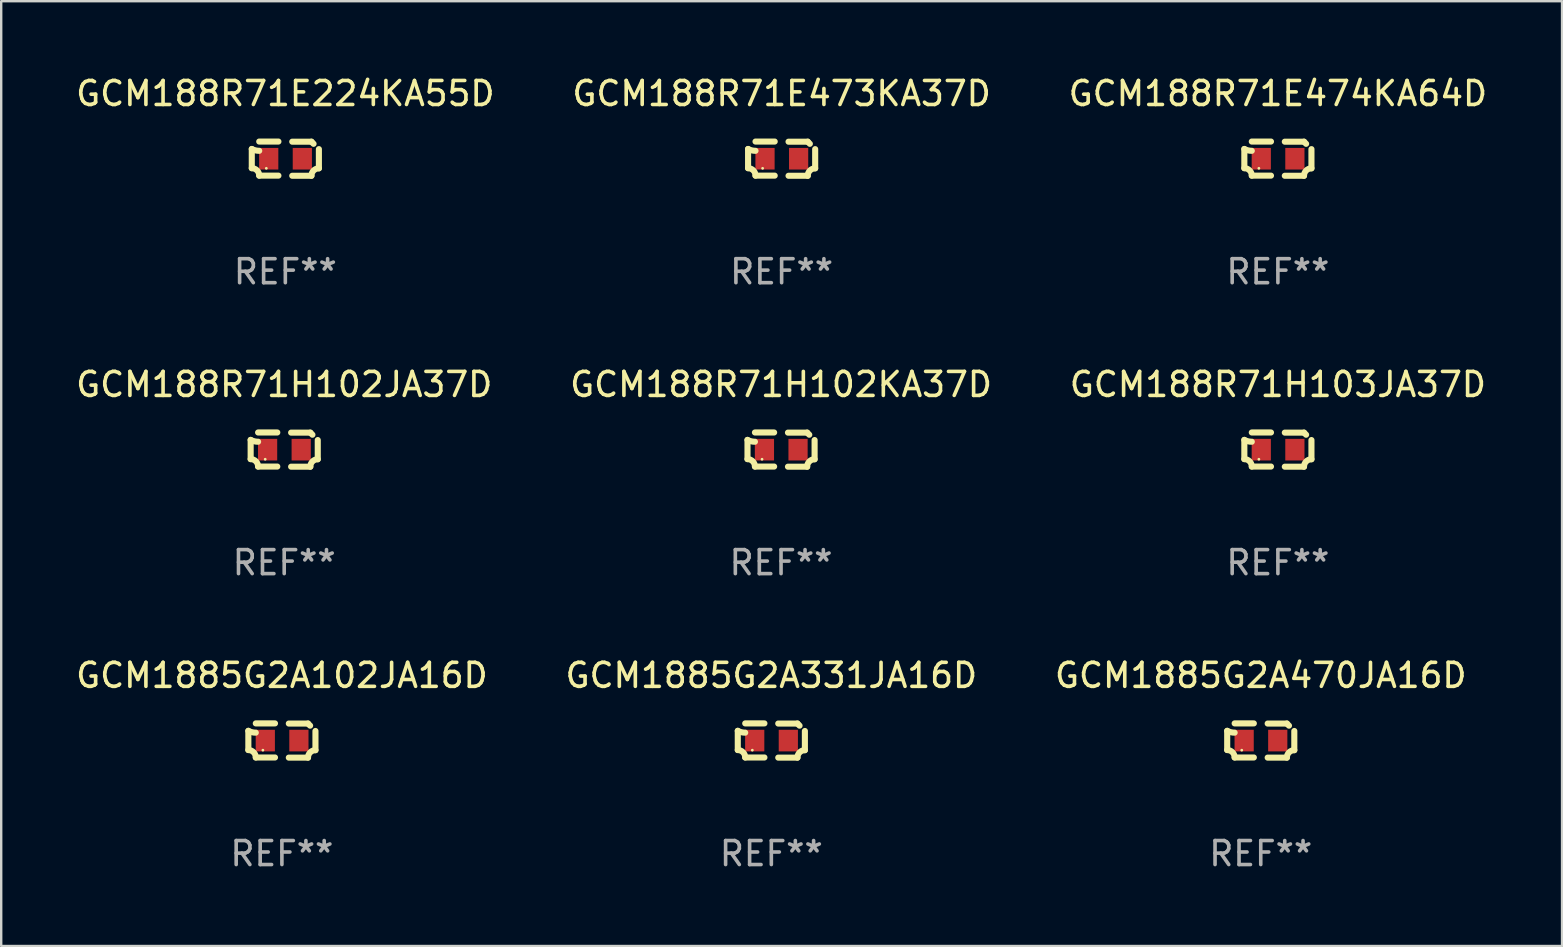
<source format=kicad_pcb>
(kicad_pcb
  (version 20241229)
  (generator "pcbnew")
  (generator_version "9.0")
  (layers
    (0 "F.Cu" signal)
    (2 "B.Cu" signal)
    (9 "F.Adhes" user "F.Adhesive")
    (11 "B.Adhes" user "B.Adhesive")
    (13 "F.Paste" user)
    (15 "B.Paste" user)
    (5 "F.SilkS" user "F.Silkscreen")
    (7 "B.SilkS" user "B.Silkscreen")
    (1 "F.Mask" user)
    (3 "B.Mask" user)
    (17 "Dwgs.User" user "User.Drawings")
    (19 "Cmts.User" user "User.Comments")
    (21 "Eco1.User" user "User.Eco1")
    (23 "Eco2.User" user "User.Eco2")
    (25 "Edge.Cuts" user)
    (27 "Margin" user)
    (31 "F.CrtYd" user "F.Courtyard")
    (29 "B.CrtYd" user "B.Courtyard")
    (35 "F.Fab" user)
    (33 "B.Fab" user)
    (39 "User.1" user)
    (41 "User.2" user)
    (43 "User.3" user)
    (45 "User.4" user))
  (footprint "GCM188R71H103JA37D"
    (layer "F.Cu")
    (at 50.196 15.683)
    (property "Reference" "GCM188R71H103JA37D" (at 0 -2.713 0) (layer "F.SilkS") (effects (font (size 1 1) (thickness 0.15))))
    (attr through_hole)
    (fp_line (start -1.398 -0.403) (end -1.398 0.397) (stroke (width 0.254) (type solid)) (layer "F.SilkS"))
    (fp_line (start -0.288 -0.713) (end -1.088 -0.713) (stroke (width 0.254) (type solid)) (layer "F.SilkS"))
    (fp_line (start -0.288 0.707) (end -1.088 0.707) (stroke (width 0.254) (type solid)) (layer "F.SilkS"))
    (fp_line (start 0.288 -0.707) (end 1.088 -0.707) (stroke (width 0.254) (type solid)) (layer "F.SilkS"))
    (fp_line (start 0.288 0.713) (end 1.088 0.713) (stroke (width 0.254) (type solid)) (layer "F.SilkS"))
    (fp_line (start 1.398 -0.397) (end 1.398 0.403) (stroke (width 0.254) (type solid)) (layer "F.SilkS"))
    (fp_arc (start -1.397789 0.397066) (mid -1.178701 0.487826) (end -1.08796 0.706922) (stroke (width 0.254001) (type solid)) (layer "F.SilkS"))
    (fp_arc (start -1.08796 -0.327176) (mid -1.247436 -0.346384) (end -1.39779 -0.402908) (stroke (width 0.254001) (type solid)) (layer "F.SilkS"))
    (fp_arc (start 1.087909 0.712738) (mid 1.178656 0.493655) (end 1.397739 0.402908) (stroke (width 0.254001) (type solid)) (layer "F.SilkS"))
    (fp_arc (start 1.175925 -0.618926) (mid 1.131917 -0.662923) (end 1.08791 -0.706922) (stroke (width 0.254001) (type solid)) (layer "F.SilkS"))
    (fp_circle (center -0.792 0.403) (end -0.762 0.403) (stroke (width 0.06) (type solid)) (fill no) (layer "F.SilkS"))
    (fp_text user "REF**" (at 0 4.713 0) (layer "F.Fab") (effects (font (size 1 1) (thickness 0.15))))
    (pad "1" smd rect (at -0.692 0.003) (size 0.8 0.9) (layers "F.Cu" "F.Mask" "F.Paste"))
    (pad "2" smd rect (at 0.708 0.003) (size 0.8 0.9) (layers "F.Cu" "F.Mask" "F.Paste")))
  (footprint "GCM1885G2A102JA16D"
    (layer "F.Cu")
    (at 8.696 27.805)
    (property "Reference" "GCM1885G2A102JA16D" (at 0 -2.713 0) (layer "F.SilkS") (effects (font (size 1 1) (thickness 0.15))))
    (attr through_hole)
    (fp_line (start -1.398 -0.403) (end -1.398 0.397) (stroke (width 0.254) (type solid)) (layer "F.SilkS"))
    (fp_line (start -0.288 -0.713) (end -1.088 -0.713) (stroke (width 0.254) (type solid)) (layer "F.SilkS"))
    (fp_line (start -0.288 0.707) (end -1.088 0.707) (stroke (width 0.254) (type solid)) (layer "F.SilkS"))
    (fp_line (start 0.288 -0.707) (end 1.088 -0.707) (stroke (width 0.254) (type solid)) (layer "F.SilkS"))
    (fp_line (start 0.288 0.713) (end 1.088 0.713) (stroke (width 0.254) (type solid)) (layer "F.SilkS"))
    (fp_line (start 1.398 -0.397) (end 1.398 0.403) (stroke (width 0.254) (type solid)) (layer "F.SilkS"))
    (fp_arc (start -1.397789 0.397066) (mid -1.178701 0.487826) (end -1.08796 0.706922) (stroke (width 0.254001) (type solid)) (layer "F.SilkS"))
    (fp_arc (start -1.08796 -0.327176) (mid -1.247436 -0.346384) (end -1.39779 -0.402908) (stroke (width 0.254001) (type solid)) (layer "F.SilkS"))
    (fp_arc (start 1.087909 0.712738) (mid 1.178656 0.493655) (end 1.397739 0.402908) (stroke (width 0.254001) (type solid)) (layer "F.SilkS"))
    (fp_arc (start 1.175925 -0.618926) (mid 1.131917 -0.662923) (end 1.08791 -0.706922) (stroke (width 0.254001) (type solid)) (layer "F.SilkS"))
    (fp_circle (center -0.792 0.403) (end -0.762 0.403) (stroke (width 0.06) (type solid)) (fill no) (layer "F.SilkS"))
    (fp_text user "REF**" (at 0 4.713 0) (layer "F.Fab") (effects (font (size 1 1) (thickness 0.15))))
    (pad "1" smd rect (at -0.692 0.003) (size 0.8 0.9) (layers "F.Cu" "F.Mask" "F.Paste"))
    (pad "2" smd rect (at 0.708 0.003) (size 0.8 0.9) (layers "F.Cu" "F.Mask" "F.Paste")))
  (footprint "GCM188R71H102KA37D"
    (layer "F.Cu")
    (at 29.494 15.683)
    (property "Reference" "GCM188R71H102KA37D" (at 0 -2.713 0) (layer "F.SilkS") (effects (font (size 1 1) (thickness 0.15))))
    (attr through_hole)
    (fp_line (start -1.398 -0.403) (end -1.398 0.397) (stroke (width 0.254) (type solid)) (layer "F.SilkS"))
    (fp_line (start -0.288 -0.713) (end -1.088 -0.713) (stroke (width 0.254) (type solid)) (layer "F.SilkS"))
    (fp_line (start -0.288 0.707) (end -1.088 0.707) (stroke (width 0.254) (type solid)) (layer "F.SilkS"))
    (fp_line (start 0.288 -0.707) (end 1.088 -0.707) (stroke (width 0.254) (type solid)) (layer "F.SilkS"))
    (fp_line (start 0.288 0.713) (end 1.088 0.713) (stroke (width 0.254) (type solid)) (layer "F.SilkS"))
    (fp_line (start 1.398 -0.397) (end 1.398 0.403) (stroke (width 0.254) (type solid)) (layer "F.SilkS"))
    (fp_arc (start -1.397789 0.397066) (mid -1.178701 0.487826) (end -1.08796 0.706922) (stroke (width 0.254001) (type solid)) (layer "F.SilkS"))
    (fp_arc (start -1.08796 -0.327176) (mid -1.247436 -0.346384) (end -1.39779 -0.402908) (stroke (width 0.254001) (type solid)) (layer "F.SilkS"))
    (fp_arc (start 1.087909 0.712738) (mid 1.178656 0.493655) (end 1.397739 0.402908) (stroke (width 0.254001) (type solid)) (layer "F.SilkS"))
    (fp_arc (start 1.175925 -0.618926) (mid 1.131917 -0.662923) (end 1.08791 -0.706922) (stroke (width 0.254001) (type solid)) (layer "F.SilkS"))
    (fp_circle (center -0.792 0.403) (end -0.762 0.403) (stroke (width 0.06) (type solid)) (fill no) (layer "F.SilkS"))
    (fp_text user "REF**" (at 0 4.713 0) (layer "F.Fab") (effects (font (size 1 1) (thickness 0.15))))
    (pad "1" smd rect (at -0.692 0.003) (size 0.8 0.9) (layers "F.Cu" "F.Mask" "F.Paste"))
    (pad "2" smd rect (at 0.708 0.003) (size 0.8 0.9) (layers "F.Cu" "F.Mask" "F.Paste")))
  (footprint "GCM188R71H102JA37D"
    (layer "F.Cu")
    (at 8.792 15.683)
    (property "Reference" "GCM188R71H102JA37D" (at 0 -2.713 0) (layer "F.SilkS") (effects (font (size 1 1) (thickness 0.15))))
    (attr through_hole)
    (fp_line (start -1.398 -0.403) (end -1.398 0.397) (stroke (width 0.254) (type solid)) (layer "F.SilkS"))
    (fp_line (start -0.288 -0.713) (end -1.088 -0.713) (stroke (width 0.254) (type solid)) (layer "F.SilkS"))
    (fp_line (start -0.288 0.707) (end -1.088 0.707) (stroke (width 0.254) (type solid)) (layer "F.SilkS"))
    (fp_line (start 0.288 -0.707) (end 1.088 -0.707) (stroke (width 0.254) (type solid)) (layer "F.SilkS"))
    (fp_line (start 0.288 0.713) (end 1.088 0.713) (stroke (width 0.254) (type solid)) (layer "F.SilkS"))
    (fp_line (start 1.398 -0.397) (end 1.398 0.403) (stroke (width 0.254) (type solid)) (layer "F.SilkS"))
    (fp_arc (start -1.397789 0.397066) (mid -1.178701 0.487826) (end -1.08796 0.706922) (stroke (width 0.254001) (type solid)) (layer "F.SilkS"))
    (fp_arc (start -1.08796 -0.327176) (mid -1.247436 -0.346384) (end -1.39779 -0.402908) (stroke (width 0.254001) (type solid)) (layer "F.SilkS"))
    (fp_arc (start 1.087909 0.712738) (mid 1.178656 0.493655) (end 1.397739 0.402908) (stroke (width 0.254001) (type solid)) (layer "F.SilkS"))
    (fp_arc (start 1.175925 -0.618926) (mid 1.131917 -0.662923) (end 1.08791 -0.706922) (stroke (width 0.254001) (type solid)) (layer "F.SilkS"))
    (fp_circle (center -0.792 0.403) (end -0.762 0.403) (stroke (width 0.06) (type solid)) (fill no) (layer "F.SilkS"))
    (fp_text user "REF**" (at 0 4.713 0) (layer "F.Fab") (effects (font (size 1 1) (thickness 0.15))))
    (pad "1" smd rect (at -0.692 0.003) (size 0.8 0.9) (layers "F.Cu" "F.Mask" "F.Paste"))
    (pad "2" smd rect (at 0.708 0.003) (size 0.8 0.9) (layers "F.Cu" "F.Mask" "F.Paste")))
  (footprint "GCM188R71E224KA55D"
    (layer "F.Cu")
    (at 8.839 3.561)
    (property "Reference" "GCM188R71E224KA55D" (at 0 -2.713 0) (layer "F.SilkS") (effects (font (size 1 1) (thickness 0.15))))
    (attr through_hole)
    (fp_line (start -1.398 -0.403) (end -1.398 0.397) (stroke (width 0.254) (type solid)) (layer "F.SilkS"))
    (fp_line (start -0.288 -0.713) (end -1.088 -0.713) (stroke (width 0.254) (type solid)) (layer "F.SilkS"))
    (fp_line (start -0.288 0.707) (end -1.088 0.707) (stroke (width 0.254) (type solid)) (layer "F.SilkS"))
    (fp_line (start 0.288 -0.707) (end 1.088 -0.707) (stroke (width 0.254) (type solid)) (layer "F.SilkS"))
    (fp_line (start 0.288 0.713) (end 1.088 0.713) (stroke (width 0.254) (type solid)) (layer "F.SilkS"))
    (fp_line (start 1.398 -0.397) (end 1.398 0.403) (stroke (width 0.254) (type solid)) (layer "F.SilkS"))
    (fp_arc (start -1.397789 0.397066) (mid -1.178701 0.487826) (end -1.08796 0.706922) (stroke (width 0.254001) (type solid)) (layer "F.SilkS"))
    (fp_arc (start -1.08796 -0.327176) (mid -1.247436 -0.346384) (end -1.39779 -0.402908) (stroke (width 0.254001) (type solid)) (layer "F.SilkS"))
    (fp_arc (start 1.087909 0.712738) (mid 1.178656 0.493655) (end 1.397739 0.402908) (stroke (width 0.254001) (type solid)) (layer "F.SilkS"))
    (fp_arc (start 1.175925 -0.618926) (mid 1.131917 -0.662923) (end 1.08791 -0.706922) (stroke (width 0.254001) (type solid)) (layer "F.SilkS"))
    (fp_circle (center -0.792 0.403) (end -0.762 0.403) (stroke (width 0.06) (type solid)) (fill no) (layer "F.SilkS"))
    (fp_text user "REF**" (at 0 4.713 0) (layer "F.Fab") (effects (font (size 1 1) (thickness 0.15))))
    (pad "1" smd rect (at -0.692 0.003) (size 0.8 0.9) (layers "F.Cu" "F.Mask" "F.Paste"))
    (pad "2" smd rect (at 0.708 0.003) (size 0.8 0.9) (layers "F.Cu" "F.Mask" "F.Paste")))
  (footprint "GCM188R71E474KA64D"
    (layer "F.Cu")
    (at 50.196 3.561)
    (property "Reference" "GCM188R71E474KA64D" (at 0 -2.713 0) (layer "F.SilkS") (effects (font (size 1 1) (thickness 0.15))))
    (attr through_hole)
    (fp_line (start -1.398 -0.403) (end -1.398 0.397) (stroke (width 0.254) (type solid)) (layer "F.SilkS"))
    (fp_line (start -0.288 -0.713) (end -1.088 -0.713) (stroke (width 0.254) (type solid)) (layer "F.SilkS"))
    (fp_line (start -0.288 0.707) (end -1.088 0.707) (stroke (width 0.254) (type solid)) (layer "F.SilkS"))
    (fp_line (start 0.288 -0.707) (end 1.088 -0.707) (stroke (width 0.254) (type solid)) (layer "F.SilkS"))
    (fp_line (start 0.288 0.713) (end 1.088 0.713) (stroke (width 0.254) (type solid)) (layer "F.SilkS"))
    (fp_line (start 1.398 -0.397) (end 1.398 0.403) (stroke (width 0.254) (type solid)) (layer "F.SilkS"))
    (fp_arc (start -1.397789 0.397066) (mid -1.178701 0.487826) (end -1.08796 0.706922) (stroke (width 0.254001) (type solid)) (layer "F.SilkS"))
    (fp_arc (start -1.08796 -0.327176) (mid -1.247436 -0.346384) (end -1.39779 -0.402908) (stroke (width 0.254001) (type solid)) (layer "F.SilkS"))
    (fp_arc (start 1.087909 0.712738) (mid 1.178656 0.493655) (end 1.397739 0.402908) (stroke (width 0.254001) (type solid)) (layer "F.SilkS"))
    (fp_arc (start 1.175925 -0.618926) (mid 1.131917 -0.662923) (end 1.08791 -0.706922) (stroke (width 0.254001) (type solid)) (layer "F.SilkS"))
    (fp_circle (center -0.792 0.403) (end -0.762 0.403) (stroke (width 0.06) (type solid)) (fill no) (layer "F.SilkS"))
    (fp_text user "REF**" (at 0 4.713 0) (layer "F.Fab") (effects (font (size 1 1) (thickness 0.15))))
    (pad "1" smd rect (at -0.692 0.003) (size 0.8 0.9) (layers "F.Cu" "F.Mask" "F.Paste"))
    (pad "2" smd rect (at 0.708 0.003) (size 0.8 0.9) (layers "F.Cu" "F.Mask" "F.Paste")))
  (footprint "GCM188R71E473KA37D"
    (layer "F.Cu")
    (at 29.518 3.561)
    (property "Reference" "GCM188R71E473KA37D" (at 0 -2.713 0) (layer "F.SilkS") (effects (font (size 1 1) (thickness 0.15))))
    (attr through_hole)
    (fp_line (start -1.398 -0.403) (end -1.398 0.397) (stroke (width 0.254) (type solid)) (layer "F.SilkS"))
    (fp_line (start -0.288 -0.713) (end -1.088 -0.713) (stroke (width 0.254) (type solid)) (layer "F.SilkS"))
    (fp_line (start -0.288 0.707) (end -1.088 0.707) (stroke (width 0.254) (type solid)) (layer "F.SilkS"))
    (fp_line (start 0.288 -0.707) (end 1.088 -0.707) (stroke (width 0.254) (type solid)) (layer "F.SilkS"))
    (fp_line (start 0.288 0.713) (end 1.088 0.713) (stroke (width 0.254) (type solid)) (layer "F.SilkS"))
    (fp_line (start 1.398 -0.397) (end 1.398 0.403) (stroke (width 0.254) (type solid)) (layer "F.SilkS"))
    (fp_arc (start -1.397789 0.397066) (mid -1.178701 0.487826) (end -1.08796 0.706922) (stroke (width 0.254001) (type solid)) (layer "F.SilkS"))
    (fp_arc (start -1.08796 -0.327176) (mid -1.247436 -0.346384) (end -1.39779 -0.402908) (stroke (width 0.254001) (type solid)) (layer "F.SilkS"))
    (fp_arc (start 1.087909 0.712738) (mid 1.178656 0.493655) (end 1.397739 0.402908) (stroke (width 0.254001) (type solid)) (layer "F.SilkS"))
    (fp_arc (start 1.175925 -0.618926) (mid 1.131917 -0.662923) (end 1.08791 -0.706922) (stroke (width 0.254001) (type solid)) (layer "F.SilkS"))
    (fp_circle (center -0.792 0.403) (end -0.762 0.403) (stroke (width 0.06) (type solid)) (fill no) (layer "F.SilkS"))
    (fp_text user "REF**" (at 0 4.713 0) (layer "F.Fab") (effects (font (size 1 1) (thickness 0.15))))
    (pad "1" smd rect (at -0.692 0.003) (size 0.8 0.9) (layers "F.Cu" "F.Mask" "F.Paste"))
    (pad "2" smd rect (at 0.708 0.003) (size 0.8 0.9) (layers "F.Cu" "F.Mask" "F.Paste")))
  (footprint "GCM1885G2A470JA16D"
    (layer "F.Cu")
    (at 49.482 27.805)
    (property "Reference" "GCM1885G2A470JA16D" (at 0 -2.713 0) (layer "F.SilkS") (effects (font (size 1 1) (thickness 0.15))))
    (attr through_hole)
    (fp_line (start -1.398 -0.403) (end -1.398 0.397) (stroke (width 0.254) (type solid)) (layer "F.SilkS"))
    (fp_line (start -0.288 -0.713) (end -1.088 -0.713) (stroke (width 0.254) (type solid)) (layer "F.SilkS"))
    (fp_line (start -0.288 0.707) (end -1.088 0.707) (stroke (width 0.254) (type solid)) (layer "F.SilkS"))
    (fp_line (start 0.288 -0.707) (end 1.088 -0.707) (stroke (width 0.254) (type solid)) (layer "F.SilkS"))
    (fp_line (start 0.288 0.713) (end 1.088 0.713) (stroke (width 0.254) (type solid)) (layer "F.SilkS"))
    (fp_line (start 1.398 -0.397) (end 1.398 0.403) (stroke (width 0.254) (type solid)) (layer "F.SilkS"))
    (fp_arc (start -1.397789 0.397066) (mid -1.178701 0.487826) (end -1.08796 0.706922) (stroke (width 0.254001) (type solid)) (layer "F.SilkS"))
    (fp_arc (start -1.08796 -0.327176) (mid -1.247436 -0.346384) (end -1.39779 -0.402908) (stroke (width 0.254001) (type solid)) (layer "F.SilkS"))
    (fp_arc (start 1.087909 0.712738) (mid 1.178656 0.493655) (end 1.397739 0.402908) (stroke (width 0.254001) (type solid)) (layer "F.SilkS"))
    (fp_arc (start 1.175925 -0.618926) (mid 1.131917 -0.662923) (end 1.08791 -0.706922) (stroke (width 0.254001) (type solid)) (layer "F.SilkS"))
    (fp_circle (center -0.792 0.403) (end -0.762 0.403) (stroke (width 0.06) (type solid)) (fill no) (layer "F.SilkS"))
    (fp_text user "REF**" (at 0 4.713 0) (layer "F.Fab") (effects (font (size 1 1) (thickness 0.15))))
    (pad "1" smd rect (at -0.692 0.003) (size 0.8 0.9) (layers "F.Cu" "F.Mask" "F.Paste"))
    (pad "2" smd rect (at 0.708 0.003) (size 0.8 0.9) (layers "F.Cu" "F.Mask" "F.Paste")))
  (footprint "GCM1885G2A331JA16D"
    (layer "F.Cu")
    (at 29.089 27.805)
    (property "Reference" "GCM1885G2A331JA16D" (at 0 -2.713 0) (layer "F.SilkS") (effects (font (size 1 1) (thickness 0.15))))
    (attr through_hole)
    (fp_line (start -1.398 -0.403) (end -1.398 0.397) (stroke (width 0.254) (type solid)) (layer "F.SilkS"))
    (fp_line (start -0.288 -0.713) (end -1.088 -0.713) (stroke (width 0.254) (type solid)) (layer "F.SilkS"))
    (fp_line (start -0.288 0.707) (end -1.088 0.707) (stroke (width 0.254) (type solid)) (layer "F.SilkS"))
    (fp_line (start 0.288 -0.707) (end 1.088 -0.707) (stroke (width 0.254) (type solid)) (layer "F.SilkS"))
    (fp_line (start 0.288 0.713) (end 1.088 0.713) (stroke (width 0.254) (type solid)) (layer "F.SilkS"))
    (fp_line (start 1.398 -0.397) (end 1.398 0.403) (stroke (width 0.254) (type solid)) (layer "F.SilkS"))
    (fp_arc (start -1.397789 0.397066) (mid -1.178701 0.487826) (end -1.08796 0.706922) (stroke (width 0.254001) (type solid)) (layer "F.SilkS"))
    (fp_arc (start -1.08796 -0.327176) (mid -1.247436 -0.346384) (end -1.39779 -0.402908) (stroke (width 0.254001) (type solid)) (layer "F.SilkS"))
    (fp_arc (start 1.087909 0.712738) (mid 1.178656 0.493655) (end 1.397739 0.402908) (stroke (width 0.254001) (type solid)) (layer "F.SilkS"))
    (fp_arc (start 1.175925 -0.618926) (mid 1.131917 -0.662923) (end 1.08791 -0.706922) (stroke (width 0.254001) (type solid)) (layer "F.SilkS"))
    (fp_circle (center -0.792 0.403) (end -0.762 0.403) (stroke (width 0.06) (type solid)) (fill no) (layer "F.SilkS"))
    (fp_text user "REF**" (at 0 4.713 0) (layer "F.Fab") (effects (font (size 1 1) (thickness 0.15))))
    (pad "1" smd rect (at -0.692 0.003) (size 0.8 0.9) (layers "F.Cu" "F.Mask" "F.Paste"))
    (pad "2" smd rect (at 0.708 0.003) (size 0.8 0.9) (layers "F.Cu" "F.Mask" "F.Paste")))
  (gr_rect
    (start -3 -3)
    (end 62.036 36.366)
    (stroke (width 0.1) (type default))
    (fill no)
    (layer "Edge.Cuts")))
</source>
